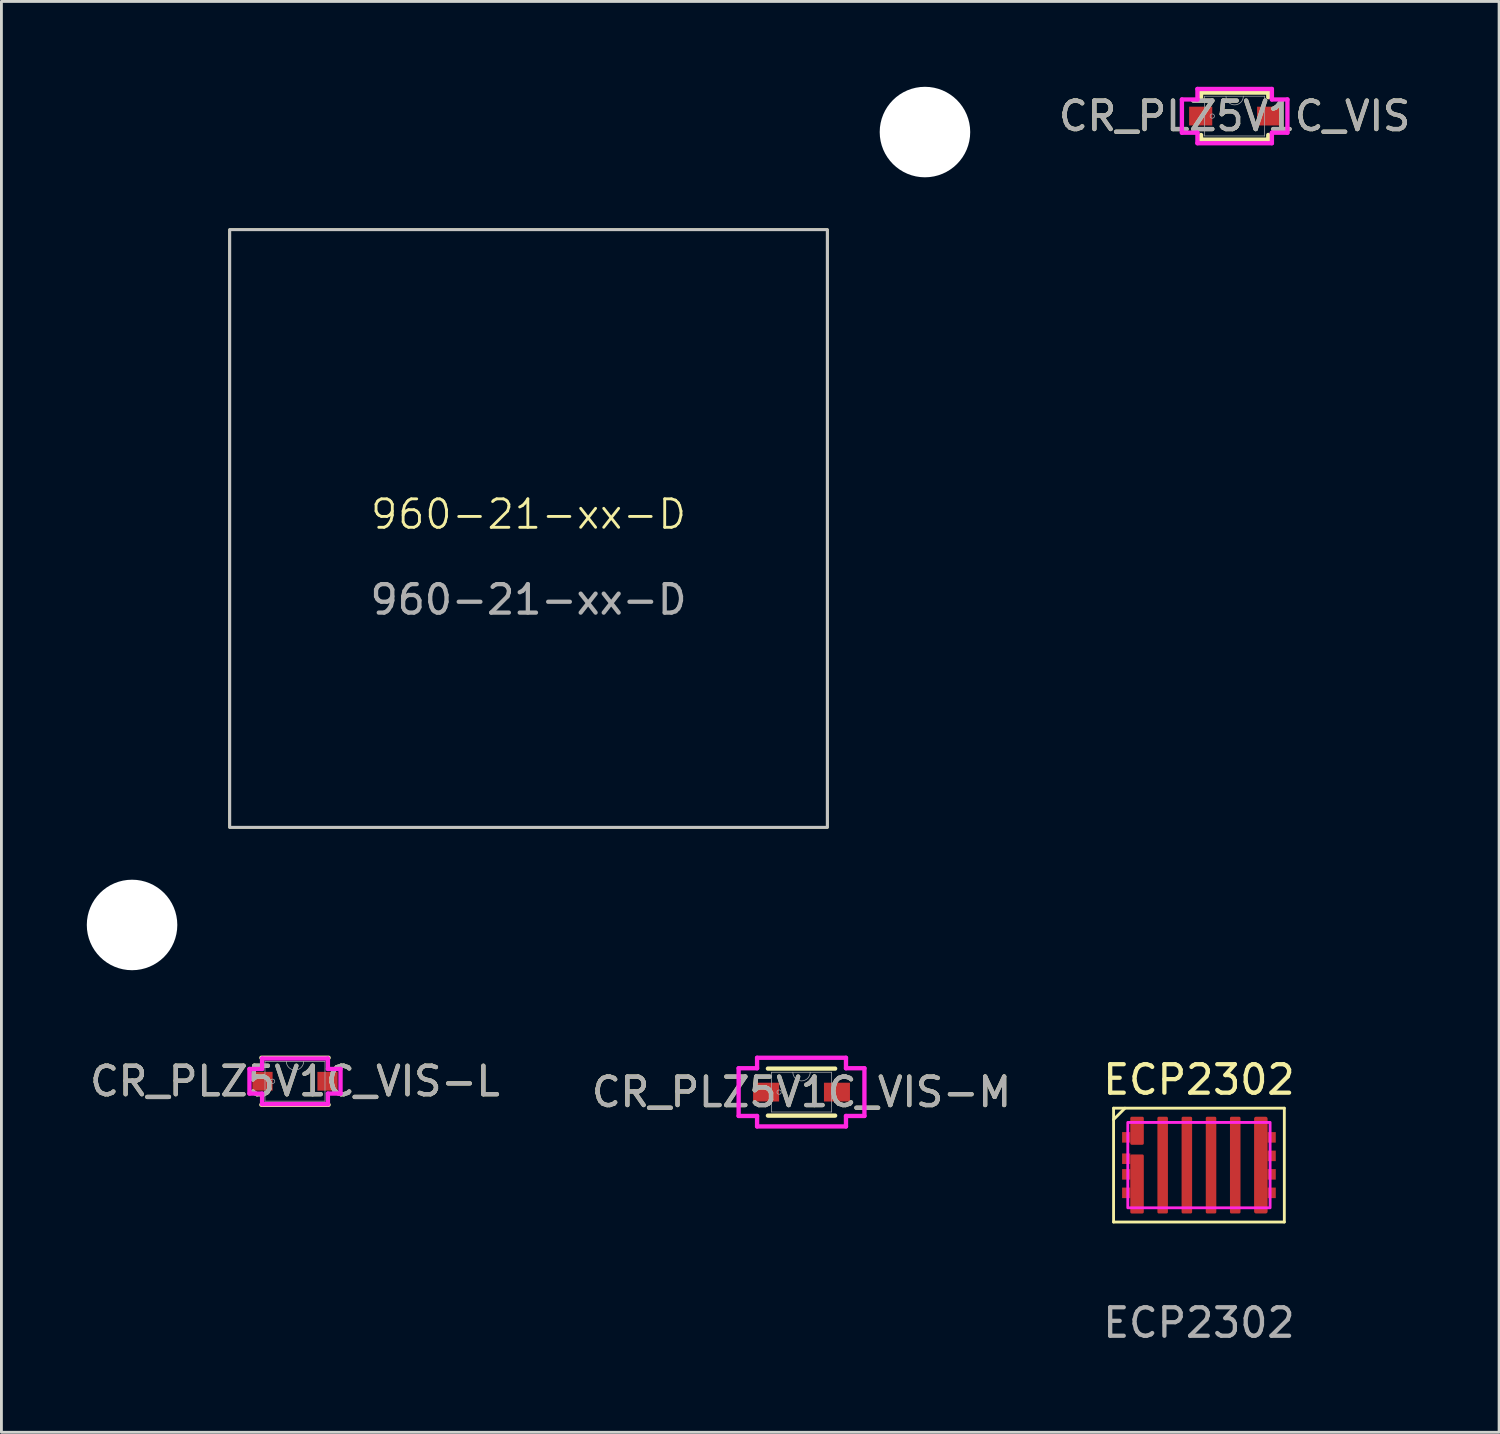
<source format=kicad_pcb>
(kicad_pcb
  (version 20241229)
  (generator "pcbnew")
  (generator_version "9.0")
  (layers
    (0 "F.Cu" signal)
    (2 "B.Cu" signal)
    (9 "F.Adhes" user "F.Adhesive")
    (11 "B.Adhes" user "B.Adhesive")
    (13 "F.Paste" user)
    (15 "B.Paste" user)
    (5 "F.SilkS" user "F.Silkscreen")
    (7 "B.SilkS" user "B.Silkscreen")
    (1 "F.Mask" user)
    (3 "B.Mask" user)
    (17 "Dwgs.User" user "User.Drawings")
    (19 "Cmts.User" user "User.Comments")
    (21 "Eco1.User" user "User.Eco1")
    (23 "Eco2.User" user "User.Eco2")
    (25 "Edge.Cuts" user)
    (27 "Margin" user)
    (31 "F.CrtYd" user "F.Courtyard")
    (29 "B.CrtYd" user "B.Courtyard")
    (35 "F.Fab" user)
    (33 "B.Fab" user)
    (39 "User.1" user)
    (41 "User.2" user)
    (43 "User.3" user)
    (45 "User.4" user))
  (footprint "ECP2302"
    (layer "F.Cu")
    (at 39.077 37.888)
    (property "Reference" "ECP2302" (at 0 -3 0) (unlocked yes) (layer "F.SilkS") (effects (font (size 1 1) (thickness 0.15))))
    (attr smd)
    (fp_line (start -3 -2) (end -3 2) (stroke (width 0.1) (type default)) (layer "F.SilkS"))
    (fp_line (start -3 -1.6) (end -2.6 -2) (stroke (width 0.1) (type default)) (layer "F.SilkS"))
    (fp_line (start -3 2) (end 3 2) (stroke (width 0.1) (type default)) (layer "F.SilkS"))
    (fp_line (start 3 -2) (end -3 -2) (stroke (width 0.1) (type default)) (layer "F.SilkS"))
    (fp_line (start 3 2) (end 3 -2) (stroke (width 0.1) (type default)) (layer "F.SilkS"))
    (fp_rect (start -2.5 -1.5) (end 2.5 1.5) (stroke (width 0.1) (type default)) (fill no) (layer "F.CrtYd"))
    (fp_text user "${REFERENCE}" (at 0 5.54 0) (unlocked yes) (layer "F.Fab") (effects (font (size 1 1) (thickness 0.15))))
    (pad "1" smd roundrect (at -1.275 0) (size 0.37 3.4) (layers "F.Cu" "F.Mask" "F.Paste") (roundrect_rratio 0.135))
    (pad "1" smd roundrect (at 0.425 0) (size 0.37 3.4) (layers "F.Cu" "F.Mask" "F.Paste") (roundrect_rratio 0.135))
    (pad "1" smd roundrect (at 2.175 0) (size 0.475 3.4) (layers "F.Cu" "F.Mask" "F.Paste") (roundrect_rratio 0.147))
    (pad "1" smd rect (at 2.555 -0.975) (size 0.29 0.37) (layers "F.Cu" "F.Mask" "F.Paste"))
    (pad "1" smd rect (at 2.555 -0.325) (size 0.29 0.37) (layers "F.Cu" "F.Mask" "F.Paste"))
    (pad "1" smd rect (at 2.555 0.325) (size 0.29 0.37) (layers "F.Cu" "F.Mask" "F.Paste" "Eco2.User"))
    (pad "1" smd rect (at 2.555 0.975) (size 0.29 0.37) (layers "F.Cu" "F.Mask" "F.Paste"))
    (pad "2" smd rect (at -2.555 -0.975) (size 0.29 0.37) (layers "F.Cu" "F.Mask" "F.Paste"))
    (pad "2" smd roundrect (at -2.175 -1.207) (size 0.475 0.985) (layers "F.Cu" "F.Mask" "F.Paste") (roundrect_rratio 0.106))
    (pad "3" smd rect (at -2.555 -0.225) (size 0.29 0.37) (layers "F.Cu" "F.Mask" "F.Paste"))
    (pad "3" smd rect (at -2.555 0.325) (size 0.29 0.37) (layers "F.Cu" "F.Mask" "F.Paste"))
    (pad "3" smd rect (at -2.555 0.975) (size 0.29 0.37) (layers "F.Cu" "F.Mask" "F.Paste"))
    (pad "3" smd roundrect (at -2.175 0.663) (size 0.475 2.075) (layers "F.Cu" "F.Mask" "F.Paste") (roundrect_rratio 0.106))
    (pad "3" smd roundrect (at -0.425 0) (size 0.37 3.4) (layers "F.Cu" "F.Mask" "F.Paste") (roundrect_rratio 0.135))
    (pad "3" smd roundrect (at 1.275 0) (size 0.37 3.4) (layers "F.Cu" "F.Mask" "F.Paste") (roundrect_rratio 0.135)))
  (footprint "CR_PLZ5V1C_VIS"
    (layer "F.Cu")
    (at 40.332 1.029)
    (property "Reference" "CR_PLZ5V1C_VIS" (at 0 0 0) (unlocked yes) (layer "F.SilkS") (effects (font (size 1 1) (thickness 0.15))))
    (attr smd)
    (fp_line (start -1.181 -0.826) (end -1.181 -0.663) (stroke (width 0.152) (type solid)) (layer "F.SilkS"))
    (fp_line (start -1.181 0.663) (end -1.181 0.826) (stroke (width 0.152) (type solid)) (layer "F.SilkS"))
    (fp_line (start -1.181 0.826) (end 1.181 0.826) (stroke (width 0.152) (type solid)) (layer "F.SilkS"))
    (fp_line (start 1.181 -0.826) (end -1.181 -0.826) (stroke (width 0.152) (type solid)) (layer "F.SilkS"))
    (fp_line (start 1.181 -0.663) (end 1.181 -0.826) (stroke (width 0.152) (type solid)) (layer "F.SilkS"))
    (fp_line (start 1.181 0.826) (end 1.181 0.663) (stroke (width 0.152) (type solid)) (layer "F.SilkS"))
    (fp_line (start -1.854 -0.584) (end -1.308 -0.584) (stroke (width 0.152) (type solid)) (layer "F.CrtYd"))
    (fp_line (start -1.854 0.584) (end -1.854 -0.584) (stroke (width 0.152) (type solid)) (layer "F.CrtYd"))
    (fp_line (start -1.854 0.584) (end -1.308 0.584) (stroke (width 0.152) (type solid)) (layer "F.CrtYd"))
    (fp_line (start -1.308 -0.953) (end 1.308 -0.953) (stroke (width 0.152) (type solid)) (layer "F.CrtYd"))
    (fp_line (start -1.308 -0.584) (end -1.308 -0.953) (stroke (width 0.152) (type solid)) (layer "F.CrtYd"))
    (fp_line (start -1.308 0.953) (end -1.308 0.584) (stroke (width 0.152) (type solid)) (layer "F.CrtYd"))
    (fp_line (start 1.308 -0.953) (end 1.308 -0.584) (stroke (width 0.152) (type solid)) (layer "F.CrtYd"))
    (fp_line (start 1.308 0.584) (end 1.308 0.953) (stroke (width 0.152) (type solid)) (layer "F.CrtYd"))
    (fp_line (start 1.308 0.953) (end -1.308 0.953) (stroke (width 0.152) (type solid)) (layer "F.CrtYd"))
    (fp_line (start 1.854 -0.584) (end 1.308 -0.584) (stroke (width 0.152) (type solid)) (layer "F.CrtYd"))
    (fp_line (start 1.854 -0.584) (end 1.854 0.584) (stroke (width 0.152) (type solid)) (layer "F.CrtYd"))
    (fp_line (start 1.854 0.584) (end 1.308 0.584) (stroke (width 0.152) (type solid)) (layer "F.CrtYd"))
    (fp_line (start -1.054 -0.699) (end -1.054 0.699) (stroke (width 0.025) (type solid)) (layer "F.Fab"))
    (fp_line (start -1.054 0.699) (end 1.054 0.699) (stroke (width 0.025) (type solid)) (layer "F.Fab"))
    (fp_line (start 1.054 -0.699) (end -1.054 -0.699) (stroke (width 0.025) (type solid)) (layer "F.Fab"))
    (fp_line (start 1.054 0.699) (end 1.054 -0.699) (stroke (width 0.025) (type solid)) (layer "F.Fab"))
    (fp_arc (start 0.3048 -0.6985) (mid 0 -0.3937) (end -0.3048 -0.6985) (stroke (width 0.0254) (type solid)) (layer "F.Fab"))
    (fp_circle (center -0.787 0) (end -0.711 0) (stroke (width 0.025) (type solid)) (fill no) (layer "F.Fab"))
    (fp_text user "${REFERENCE}" (at 0 0 0) (unlocked yes) (layer "F.Fab") (effects (font (size 1 1) (thickness 0.15))))
    (pad "1" smd rect (at -1.194 0) (size 0.813 0.66) (layers "F.Cu" "F.Mask" "F.Paste"))
    (pad "2" smd rect (at 1.194 0) (size 0.813 0.66) (layers "F.Cu" "F.Mask" "F.Paste")))
  (footprint "CR_PLZ5V1C_VIS-M"
    (layer "F.Cu")
    (at 25.113 35.323)
    (property "Reference" "CR_PLZ5V1C_VIS-M" (at 0 0 0) (unlocked yes) (layer "F.SilkS") (effects (font (size 1 1) (thickness 0.15))))
    (attr smd)
    (fp_line (start -1.181 0.826) (end 1.181 0.826) (stroke (width 0.152) (type solid)) (layer "F.SilkS"))
    (fp_line (start 1.181 -0.826) (end -1.181 -0.826) (stroke (width 0.152) (type solid)) (layer "F.SilkS"))
    (fp_line (start -2.21 -0.838) (end -1.562 -0.838) (stroke (width 0.152) (type solid)) (layer "F.CrtYd"))
    (fp_line (start -2.21 0.838) (end -2.21 -0.838) (stroke (width 0.152) (type solid)) (layer "F.CrtYd"))
    (fp_line (start -2.21 0.838) (end -1.562 0.838) (stroke (width 0.152) (type solid)) (layer "F.CrtYd"))
    (fp_line (start -1.562 -1.206) (end 1.562 -1.206) (stroke (width 0.152) (type solid)) (layer "F.CrtYd"))
    (fp_line (start -1.562 -0.838) (end -1.562 -1.206) (stroke (width 0.152) (type solid)) (layer "F.CrtYd"))
    (fp_line (start -1.562 1.206) (end -1.562 0.838) (stroke (width 0.152) (type solid)) (layer "F.CrtYd"))
    (fp_line (start 1.562 -1.206) (end 1.562 -0.838) (stroke (width 0.152) (type solid)) (layer "F.CrtYd"))
    (fp_line (start 1.562 0.838) (end 1.562 1.206) (stroke (width 0.152) (type solid)) (layer "F.CrtYd"))
    (fp_line (start 1.562 1.206) (end -1.562 1.206) (stroke (width 0.152) (type solid)) (layer "F.CrtYd"))
    (fp_line (start 2.21 -0.838) (end 1.562 -0.838) (stroke (width 0.152) (type solid)) (layer "F.CrtYd"))
    (fp_line (start 2.21 -0.838) (end 2.21 0.838) (stroke (width 0.152) (type solid)) (layer "F.CrtYd"))
    (fp_line (start 2.21 0.838) (end 1.562 0.838) (stroke (width 0.152) (type solid)) (layer "F.CrtYd"))
    (fp_line (start -1.054 -0.699) (end -1.054 0.699) (stroke (width 0.025) (type solid)) (layer "F.Fab"))
    (fp_line (start -1.054 0.699) (end 1.054 0.699) (stroke (width 0.025) (type solid)) (layer "F.Fab"))
    (fp_line (start 1.054 -0.699) (end -1.054 -0.699) (stroke (width 0.025) (type solid)) (layer "F.Fab"))
    (fp_line (start 1.054 0.699) (end 1.054 -0.699) (stroke (width 0.025) (type solid)) (layer "F.Fab"))
    (fp_arc (start 0.3048 -0.6985) (mid 0 -0.3937) (end -0.3048 -0.6985) (stroke (width 0.0254) (type solid)) (layer "F.Fab"))
    (fp_circle (center -0.787 0) (end -0.711 0) (stroke (width 0.025) (type solid)) (fill no) (layer "F.Fab"))
    (fp_text user "${REFERENCE}" (at 0 0 0) (unlocked yes) (layer "F.Fab") (effects (font (size 1 1) (thickness 0.15))))
    (pad "1" smd rect (at -1.245 0) (size 0.914 0.66) (layers "F.Cu" "F.Mask" "F.Paste"))
    (pad "2" smd rect (at 1.245 0) (size 0.914 0.66) (layers "F.Cu" "F.Mask" "F.Paste")))
  (footprint "CR_PLZ5V1C_VIS-L"
    (layer "F.Cu")
    (at 7.315 34.942)
    (property "Reference" "CR_PLZ5V1C_VIS-L" (at 0 0 0) (unlocked yes) (layer "F.SilkS") (effects (font (size 1 1) (thickness 0.15))))
    (attr smd)
    (fp_line (start -1.181 0.826) (end 1.181 0.826) (stroke (width 0.152) (type solid)) (layer "F.SilkS"))
    (fp_line (start 1.181 -0.826) (end -1.181 -0.826) (stroke (width 0.152) (type solid)) (layer "F.SilkS"))
    (fp_line (start -1.6 -0.432) (end -1.156 -0.432) (stroke (width 0.152) (type solid)) (layer "F.CrtYd"))
    (fp_line (start -1.6 0.432) (end -1.6 -0.432) (stroke (width 0.152) (type solid)) (layer "F.CrtYd"))
    (fp_line (start -1.6 0.432) (end -1.156 0.432) (stroke (width 0.152) (type solid)) (layer "F.CrtYd"))
    (fp_line (start -1.156 -0.8) (end 1.156 -0.8) (stroke (width 0.152) (type solid)) (layer "F.CrtYd"))
    (fp_line (start -1.156 -0.432) (end -1.156 -0.8) (stroke (width 0.152) (type solid)) (layer "F.CrtYd"))
    (fp_line (start -1.156 0.8) (end -1.156 0.432) (stroke (width 0.152) (type solid)) (layer "F.CrtYd"))
    (fp_line (start 1.156 -0.8) (end 1.156 -0.432) (stroke (width 0.152) (type solid)) (layer "F.CrtYd"))
    (fp_line (start 1.156 0.432) (end 1.156 0.8) (stroke (width 0.152) (type solid)) (layer "F.CrtYd"))
    (fp_line (start 1.156 0.8) (end -1.156 0.8) (stroke (width 0.152) (type solid)) (layer "F.CrtYd"))
    (fp_line (start 1.6 -0.432) (end 1.156 -0.432) (stroke (width 0.152) (type solid)) (layer "F.CrtYd"))
    (fp_line (start 1.6 -0.432) (end 1.6 0.432) (stroke (width 0.152) (type solid)) (layer "F.CrtYd"))
    (fp_line (start 1.6 0.432) (end 1.156 0.432) (stroke (width 0.152) (type solid)) (layer "F.CrtYd"))
    (fp_line (start -1.054 -0.699) (end -1.054 0.699) (stroke (width 0.025) (type solid)) (layer "F.Fab"))
    (fp_line (start -1.054 0.699) (end 1.054 0.699) (stroke (width 0.025) (type solid)) (layer "F.Fab"))
    (fp_line (start 1.054 -0.699) (end -1.054 -0.699) (stroke (width 0.025) (type solid)) (layer "F.Fab"))
    (fp_line (start 1.054 0.699) (end 1.054 -0.699) (stroke (width 0.025) (type solid)) (layer "F.Fab"))
    (fp_arc (start 0.3048 -0.6985) (mid 0 -0.3937) (end -0.3048 -0.6985) (stroke (width 0.0254) (type solid)) (layer "F.Fab"))
    (fp_circle (center -0.787 0) (end -0.711 0) (stroke (width 0.025) (type solid)) (fill no) (layer "F.Fab"))
    (fp_text user "${REFERENCE}" (at 0 0 0) (unlocked yes) (layer "F.Fab") (effects (font (size 1 1) (thickness 0.15))))
    (pad "1" smd rect (at -1.143 0) (size 0.711 0.66) (layers "F.Cu" "F.Mask" "F.Paste"))
    (pad "2" smd rect (at 1.143 0) (size 0.711 0.66) (layers "F.Cu" "F.Mask" "F.Paste")))
  (footprint "960-21-xx-D"
    (layer "F.Cu")
    (at 15.52 15.52)
    (property "Reference" "960-21-xx-D" (at 0 -0.5 0) (unlocked yes) (layer "F.SilkS") (effects (font (size 1 1) (thickness 0.1))))
    (attr smd)
    (fp_rect (start -10.5 -10.5) (end 10.5 10.5) (stroke (width 0.1) (type default)) (fill no) (layer "F.SilkS"))
    (fp_rect (start -10.5 -10.5) (end 10.5 10.5) (stroke (width 0.1) (type default)) (fill no) (layer "Dwgs.User"))
    (fp_text user "${REFERENCE}" (at 0 2.5 0) (unlocked yes) (layer "F.Fab") (effects (font (size 1 1) (thickness 0.15))))
    (pad "" np_thru_hole circle (at -13.93 13.93) (size 3.18 3.18) (drill 3.18) (layers "*.Cu" "*.Mask"))
    (pad "" np_thru_hole circle (at 13.93 -13.93) (size 3.18 3.18) (drill 3.18) (layers "*.Cu" "*.Mask")))
  (gr_rect
    (start -3 -3)
    (end 49.623 47.276)
    (stroke (width 0.1) (type default))
    (fill no)
    (layer "Edge.Cuts")))
</source>
